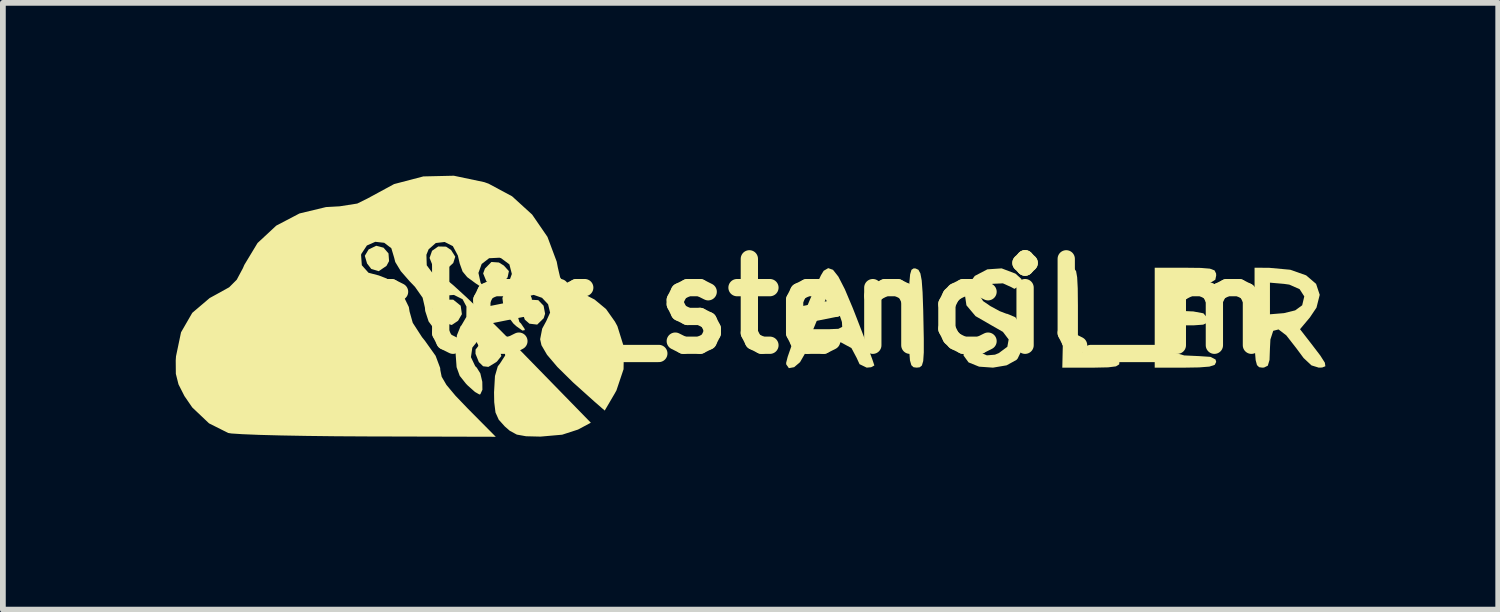
<source format=kicad_pcb>
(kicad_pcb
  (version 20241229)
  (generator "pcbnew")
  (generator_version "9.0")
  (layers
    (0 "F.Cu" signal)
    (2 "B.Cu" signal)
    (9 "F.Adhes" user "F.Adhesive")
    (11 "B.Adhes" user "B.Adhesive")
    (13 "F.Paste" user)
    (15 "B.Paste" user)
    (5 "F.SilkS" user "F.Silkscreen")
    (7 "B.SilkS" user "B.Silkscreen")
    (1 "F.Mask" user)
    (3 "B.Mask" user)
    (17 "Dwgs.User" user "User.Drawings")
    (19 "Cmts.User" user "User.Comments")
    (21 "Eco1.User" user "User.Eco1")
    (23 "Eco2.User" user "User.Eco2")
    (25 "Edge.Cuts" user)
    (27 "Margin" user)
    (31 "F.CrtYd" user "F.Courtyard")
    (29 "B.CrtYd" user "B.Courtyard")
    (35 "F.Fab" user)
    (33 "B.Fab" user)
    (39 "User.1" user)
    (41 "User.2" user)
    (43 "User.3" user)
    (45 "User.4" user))
  (footprint "aisler_stencil_m"
    (layer "F.Cu")
    (at 9.992 2.264)
    (property "Reference" "aisler_stencil_m" (at 0 0 0) (layer "F.SilkS") (effects (font (size 1.5 1.5) (thickness 0.3))))
    (attr board_only exclude_from_pos_files exclude_from_bom)
    (fp_poly (pts (xy -5.3 -1.033) (xy -5.213 -0.975) (xy -5.14 -0.859) (xy -5.175 -0.749) (xy -5.304 -0.631) (xy -5.446 -0.631) (xy -5.53 -0.696) (xy -5.586 -0.837) (xy -5.543 -0.961) (xy -5.436 -1.036)) (stroke (width 0) (type solid)) (fill yes) (layer "F.SilkS"))
    (fp_poly (pts (xy -3.699 -0.104) (xy -3.607 -0.008) (xy -3.581 0.131) (xy -3.605 0.209) (xy -3.718 0.32) (xy -3.853 0.304) (xy -3.933 0.234) (xy -3.983 0.088) (xy -3.921 -0.049) (xy -3.825 -0.112)) (stroke (width 0) (type solid)) (fill yes) (layer "F.SilkS"))
    (fp_poly (pts (xy -6.385 -1.015) (xy -6.299 -0.916) (xy -6.289 -0.782) (xy -6.334 -0.699) (xy -6.469 -0.607) (xy -6.598 -0.646) (xy -6.671 -0.741) (xy -6.71 -0.874) (xy -6.645 -0.983) (xy -6.645 -0.984) (xy -6.512 -1.048)) (stroke (width 0) (type solid)) (fill yes) (layer "F.SilkS"))
    (fp_poly (pts (xy -4.383 -0.758) (xy -4.297 -0.705) (xy -4.209 -0.608) (xy -4.231 -0.503) (xy -4.24 -0.487) (xy -4.369 -0.365) (xy -4.512 -0.365) (xy -4.602 -0.436) (xy -4.656 -0.568) (xy -4.625 -0.652) (xy -4.513 -0.767)) (stroke (width 0) (type solid)) (fill yes) (layer "F.SilkS"))
    (fp_poly (pts (xy -4.444 0.682) (xy -4.374 0.754) (xy -4.34 0.865) (xy -4.415 0.959) (xy -4.429 0.971) (xy -4.565 1.054) (xy -4.657 1.043) (xy -4.731 0.97) (xy -4.789 0.826) (xy -4.788 0.753) (xy -4.715 0.659) (xy -4.583 0.636)) (stroke (width 0) (type solid)) (fill yes) (layer "F.SilkS"))
    (fp_poly (pts (xy 2.85 -0.654) (xy 2.899 -0.631) (xy 2.933 -0.568) (xy 2.956 -0.445) (xy 2.971 -0.239) (xy 2.982 0.07) (xy 2.985 0.217) (xy 2.992 0.567) (xy 2.992 0.804) (xy 2.982 0.952) (xy 2.959 1.03) (xy 2.921 1.061) (xy 2.869 1.067) (xy 2.814 1.06) (xy 2.776 1.025) (xy 2.752 0.941) (xy 2.74 0.786) (xy 2.734 0.54) (xy 2.733 0.195) (xy 2.735 -0.161) (xy 2.741 -0.403) (xy 2.755 -0.553) (xy 2.778 -0.631) (xy 2.816 -0.656)) (stroke (width 0) (type solid)) (fill yes) (layer "F.SilkS"))
    (fp_poly (pts (xy 5.601 -0.652) (xy 5.635 -0.609) (xy 5.654 -0.501) (xy 5.664 -0.309) (xy 5.667 -0.009) (xy 5.667 0.062) (xy 5.667 0.8) (xy 5.883 0.811) (xy 6.08 0.822) (xy 6.233 0.829) (xy 6.351 0.885) (xy 6.388 0.951) (xy 6.384 1.01) (xy 6.327 1.045) (xy 6.192 1.062) (xy 5.954 1.067) (xy 5.903 1.067) (xy 5.396 1.067) (xy 5.415 0.217) (xy 5.424 -0.136) (xy 5.437 -0.378) (xy 5.457 -0.53) (xy 5.487 -0.613) (xy 5.53 -0.649) (xy 5.55 -0.654)) (stroke (width 0) (type solid)) (fill yes) (layer "F.SilkS"))
    (fp_poly (pts (xy 7.799 -0.664) (xy 7.958 -0.651) (xy 8.038 -0.621) (xy 8.065 -0.568) (xy 8.067 -0.533) (xy 8.052 -0.459) (xy 7.988 -0.419) (xy 7.844 -0.402) (xy 7.667 -0.4) (xy 7.267 -0.4) (xy 7.267 -0.167) (xy 7.288 -0.00034) (xy 7.345 0.074) (xy 7.35 0.075) (xy 7.47 0.082) (xy 7.651 0.091) (xy 7.666 0.091) (xy 7.845 0.124) (xy 7.919 0.21) (xy 7.921 0.217) (xy 7.914 0.286) (xy 7.841 0.321) (xy 7.672 0.333) (xy 7.605 0.333) (xy 7.267 0.333) (xy 7.267 0.56) (xy 7.285 0.717) (xy 7.358 0.811) (xy 7.512 0.855) (xy 7.772 0.867) (xy 7.772 0.867) (xy 7.968 0.88) (xy 8.056 0.926) (xy 8.067 0.967) (xy 8.042 1.018) (xy 7.95 1.049) (xy 7.77 1.063) (xy 7.533 1.067) (xy 7 1.067) (xy 7 0.2) (xy 7 -0.667) (xy 7.533 -0.667)) (stroke (width 0) (type solid)) (fill yes) (layer "F.SilkS"))
    (fp_poly (pts (xy 4.58 -0.566) (xy 4.588 -0.561) (xy 4.689 -0.469) (xy 4.681 -0.387) (xy 4.659 -0.358) (xy 4.565 -0.3) (xy 4.509 -0.331) (xy 4.365 -0.396) (xy 4.186 -0.388) (xy 4.037 -0.314) (xy 4 -0.267) (xy 3.97 -0.169) (xy 4.021 -0.088) (xy 4.148 -0.001) (xy 4.308 0.086) (xy 4.425 0.131) (xy 4.44 0.133) (xy 4.58 0.191) (xy 4.676 0.338) (xy 4.72 0.533) (xy 4.704 0.738) (xy 4.62 0.911) (xy 4.6 0.933) (xy 4.429 1.027) (xy 4.193 1.067) (xy 3.952 1.05) (xy 3.769 0.976) (xy 3.682 0.857) (xy 3.686 0.778) (xy 3.726 0.711) (xy 3.796 0.715) (xy 3.924 0.782) (xy 4.087 0.854) (xy 4.227 0.842) (xy 4.293 0.815) (xy 4.442 0.705) (xy 4.465 0.578) (xy 4.365 0.446) (xy 4.171 0.335) (xy 3.89 0.173) (xy 3.732 -0.015) (xy 3.701 -0.226) (xy 3.73 -0.325) (xy 3.877 -0.525) (xy 4.095 -0.639) (xy 4.343 -0.656)) (stroke (width 0) (type solid)) (fill yes) (layer "F.SilkS"))
    (fp_poly (pts (xy 8.983 -0.666) (xy 9.353 -0.632) (xy 9.628 -0.535) (xy 9.801 -0.387) (xy 9.864 -0.197) (xy 9.808 0.025) (xy 9.694 0.195) (xy 9.522 0.4) (xy 9.716 0.65) (xy 9.874 0.857) (xy 9.953 0.981) (xy 9.962 1.043) (xy 9.906 1.065) (xy 9.848 1.067) (xy 9.721 1.028) (xy 9.584 0.9) (xy 9.46 0.733) (xy 9.283 0.506) (xy 9.149 0.404) (xy 9.057 0.428) (xy 9.008 0.578) (xy 9 0.733) (xy 8.993 0.933) (xy 8.963 1.033) (xy 8.898 1.065) (xy 8.867 1.067) (xy 8.812 1.059) (xy 8.775 1.023) (xy 8.752 0.937) (xy 8.739 0.779) (xy 8.734 0.529) (xy 8.733 0.2) (xy 8.733 -0.133) (xy 9 -0.133) (xy 9 0.141) (xy 9.243 0.121) (xy 9.438 0.073) (xy 9.559 -0.015) (xy 9.56 -0.017) (xy 9.596 -0.169) (xy 9.515 -0.295) (xy 9.336 -0.374) (xy 9.243 -0.387) (xy 9 -0.408) (xy 9 -0.133) (xy 8.733 -0.133) (xy 8.733 -0.667)) (stroke (width 0) (type solid)) (fill yes) (layer "F.SilkS"))
    (fp_poly (pts (xy 1.416 -0.631) (xy 1.509 -0.513) (xy 1.621 -0.295) (xy 1.76 0.034) (xy 1.821 0.19) (xy 1.938 0.493) (xy 2.035 0.75) (xy 2.103 0.936) (xy 2.133 1.026) (xy 2.133 1.03) (xy 2.077 1.06) (xy 2.001 1.067) (xy 1.877 1.007) (xy 1.827 0.898) (xy 1.736 0.727) (xy 1.557 0.63) (xy 1.275 0.6) (xy 1.098 0.612) (xy 1.001 0.67) (xy 0.933 0.81) (xy 0.924 0.833) (xy 0.844 0.972) (xy 0.742 1.059) (xy 0.65 1.076) (xy 0.604 1.01) (xy 0.603 0.983) (xy 0.629 0.88) (xy 0.696 0.687) (xy 0.792 0.436) (xy 0.806 0.4) (xy 1.074 0.4) (xy 1.342 0.4) (xy 1.51 0.393) (xy 1.576 0.359) (xy 1.571 0.276) (xy 1.563 0.25) (xy 1.503 0.075) (xy 1.439 -0.095) (xy 1.361 -0.29) (xy 1.217 0.055) (xy 1.074 0.4) (xy 0.806 0.4) (xy 0.903 0.157) (xy 1.018 -0.119) (xy 1.124 -0.36) (xy 1.207 -0.536) (xy 1.254 -0.614) (xy 1.333 -0.66)) (stroke (width 0) (type solid)) (fill yes) (layer "F.SilkS"))
    (fp_poly (pts (xy -4.638 -2.153) (xy -4.562 -2.126) (xy -4.154 -1.907) (xy -3.806 -1.59) (xy -3.54 -1.203) (xy -3.379 -0.772) (xy -3.36 -0.672) (xy -3.32 -0.5) (xy -3.243 -0.391) (xy -3.093 -0.301) (xy -3.01 -0.263) (xy -2.722 -0.115) (xy -2.523 0.05) (xy -2.369 0.268) (xy -2.326 0.347) (xy -2.213 0.71) (xy -2.219 1.094) (xy -2.343 1.463) (xy -2.373 1.517) (xy -2.546 1.812) (xy -2.723 1.658) (xy -3.096 1.323) (xy -3.368 1.055) (xy -3.548 0.843) (xy -3.644 0.678) (xy -3.667 0.574) (xy -3.631 0.389) (xy -3.561 0.26) (xy -3.494 0.112) (xy -3.529 -0.033) (xy -3.634 -0.145) (xy -3.779 -0.196) (xy -3.935 -0.156) (xy -3.968 -0.133) (xy -4.043 -0.01) (xy -4.064 0.148) (xy -4.027 0.275) (xy -4 0.3) (xy -3.936 0.395) (xy -3.933 0.416) (xy -3.975 0.423) (xy -4.078 0.35) (xy -4.133 0.3) (xy -4.294 0.082) (xy -4.322 -0.141) (xy -4.228 -0.366) (xy -4.158 -0.559) (xy -4.201 -0.726) (xy -4.344 -0.832) (xy -4.372 -0.841) (xy -4.553 -0.832) (xy -4.682 -0.732) (xy -4.738 -0.577) (xy -4.7 -0.406) (xy -4.65 -0.336) (xy -4.645 -0.312) (xy -4.728 -0.357) (xy -4.789 -0.398) (xy -4.933 -0.504) (xy -5.013 -0.601) (xy -5.063 -0.741) (xy -5.095 -0.879) (xy -5.182 -1.042) (xy -5.324 -1.114) (xy -5.478 -1.096) (xy -5.603 -0.986) (xy -5.641 -0.892) (xy -5.635 -0.709) (xy -5.536 -0.576) (xy -5.399 -0.533) (xy -5.323 -0.487) (xy -5.167 -0.357) (xy -4.946 -0.155) (xy -4.673 0.106) (xy -4.361 0.415) (xy -4.034 0.745) (xy -2.787 2.023) (xy -3.01 2.142) (xy -3.285 2.231) (xy -3.661 2.264) (xy -3.663 2.264) (xy -3.911 2.258) (xy -4.072 2.229) (xy -4.194 2.163) (xy -4.28 2.088) (xy -4.386 1.97) (xy -4.442 1.845) (xy -4.464 1.667) (xy -4.467 1.496) (xy -4.451 1.212) (xy -4.402 1.044) (xy -4.367 1) (xy -4.274 0.856) (xy -4.289 0.704) (xy -4.392 0.583) (xy -4.567 0.533) (xy -4.738 0.587) (xy -4.844 0.719) (xy -4.868 0.885) (xy -4.794 1.041) (xy -4.767 1.067) (xy -4.705 1.167) (xy -4.671 1.313) (xy -4.669 1.451) (xy -4.705 1.529) (xy -4.721 1.533) (xy -4.798 1.489) (xy -4.921 1.38) (xy -4.954 1.346) (xy -5.063 1.209) (xy -5.117 1.059) (xy -5.133 0.84) (xy -5.133 0.788) (xy -5.112 0.506) (xy -5.048 0.348) (xy -5.033 0.333) (xy -4.948 0.187) (xy -4.946 0.007) (xy -5.013 -0.12) (xy -5.163 -0.195) (xy -5.331 -0.182) (xy -5.47 -0.097) (xy -5.533 0.043) (xy -5.533 0.054) (xy -5.502 0.085) (xy -5.415 0.002) (xy -5.41 -0.004) (xy -5.272 -0.113) (xy -5.176 -0.113) (xy -5.046 -0.008) (xy -5.025 0.139) (xy -5.092 0.254) (xy -5.201 0.327) (xy -5.317 0.292) (xy -5.334 0.281) (xy -5.442 0.24) (xy -5.461 0.285) (xy -5.387 0.387) (xy -5.348 0.455) (xy -5.376 0.467) (xy -5.497 0.408) (xy -5.603 0.265) (xy -5.662 0.083) (xy -5.667 0.025) (xy -5.707 -0.147) (xy -5.839 -0.335) (xy -5.933 -0.433) (xy -6.086 -0.608) (xy -6.182 -0.767) (xy -6.2 -0.839) (xy -6.25 -1.006) (xy -6.373 -1.1) (xy -6.528 -1.117) (xy -6.674 -1.053) (xy -6.771 -0.906) (xy -6.775 -0.889) (xy -6.762 -0.71) (xy -6.646 -0.58) (xy -6.467 -0.533) (xy -6.328 -0.479) (xy -6.172 -0.342) (xy -6.033 -0.164) (xy -5.946 0.015) (xy -5.933 0.094) (xy -5.878 0.289) (xy -5.717 0.538) (xy -5.667 0.6) (xy -5.481 0.862) (xy -5.402 1.073) (xy -5.4 1.108) (xy -5.376 1.225) (xy -5.293 1.367) (xy -5.136 1.555) (xy -4.918 1.782) (xy -4.437 2.267) (xy -6.668 2.261) (xy -7.209 2.258) (xy -7.713 2.252) (xy -8.163 2.244) (xy -8.543 2.234) (xy -8.835 2.222) (xy -9.023 2.21) (xy -9.081 2.201) (xy -9.414 2.034) (xy -9.705 1.758) (xy -9.841 1.56) (xy -9.944 1.357) (xy -9.99 1.174) (xy -9.992 0.942) (xy -9.987 0.87) (xy -9.9 0.454) (xy -9.705 0.116) (xy -9.403 -0.141) (xy -9.266 -0.216) (xy -9.064 -0.328) (xy -8.933 -0.459) (xy -8.826 -0.659) (xy -8.801 -0.717) (xy -8.572 -1.096) (xy -8.247 -1.398) (xy -7.844 -1.609) (xy -7.383 -1.72) (xy -7.148 -1.733) (xy -6.841 -1.781) (xy -6.665 -1.868) (xy -6.202 -2.119) (xy -5.694 -2.252) (xy -5.165 -2.264)) (stroke (width 0) (type solid)) (fill yes) (layer "F.SilkS")))
  (gr_rect
    (start -3 -3)
    (end 22.954 7.531)
    (stroke (width 0.1) (type default))
    (fill no)
    (layer "Edge.Cuts")))
</source>
